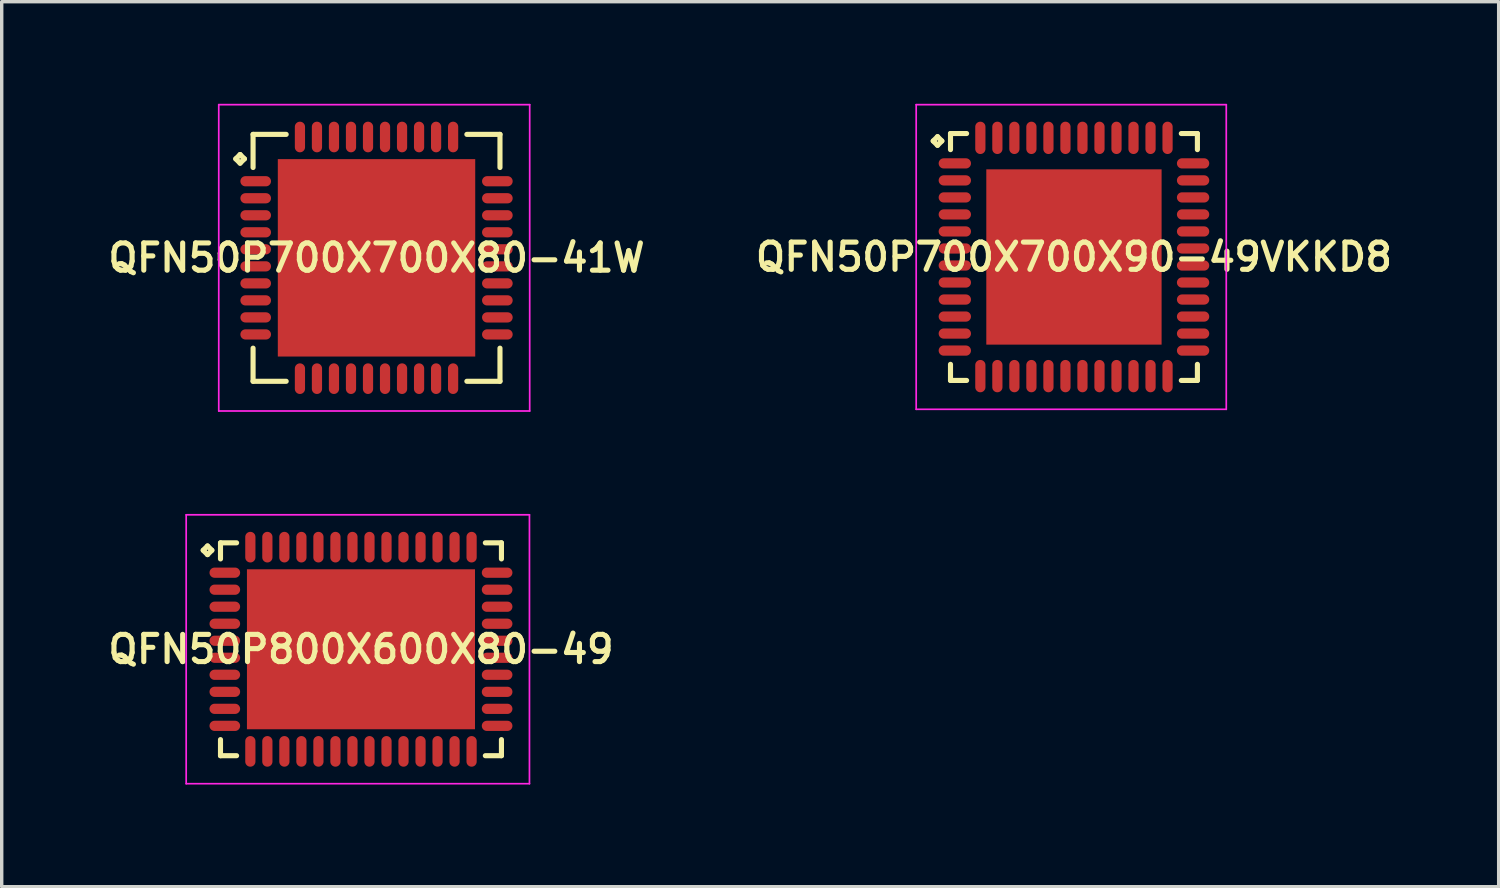
<source format=kicad_pcb>
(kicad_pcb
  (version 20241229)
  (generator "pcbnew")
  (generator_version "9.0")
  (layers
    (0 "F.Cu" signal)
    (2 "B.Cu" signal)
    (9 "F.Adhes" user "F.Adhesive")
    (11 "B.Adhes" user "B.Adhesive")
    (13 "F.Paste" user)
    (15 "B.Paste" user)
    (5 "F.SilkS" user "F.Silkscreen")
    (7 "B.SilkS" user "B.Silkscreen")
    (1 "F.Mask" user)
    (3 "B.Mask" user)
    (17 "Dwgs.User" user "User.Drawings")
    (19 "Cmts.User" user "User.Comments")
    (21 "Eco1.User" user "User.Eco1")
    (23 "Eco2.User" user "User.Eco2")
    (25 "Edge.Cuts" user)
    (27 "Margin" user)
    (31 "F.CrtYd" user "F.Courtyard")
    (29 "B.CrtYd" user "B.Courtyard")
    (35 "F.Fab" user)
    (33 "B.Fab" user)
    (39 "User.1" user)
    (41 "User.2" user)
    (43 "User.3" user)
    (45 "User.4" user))
  (footprint "QFN50P700X700X80-41W"
    (layer "F.Cu")
    (at 8.012 4.525)
    (property "Reference" "QFN50P700X700X80-41W" (at 0 0 0) (layer "F.SilkS") (effects (font (size 0.8 0.8) (thickness 0.15))))
    (attr smd)
    (fp_line (start -4.135 -2.908) (end -4.008 -3.035) (stroke (width 0.15) (type solid)) (layer "F.SilkS"))
    (fp_line (start -4.008 -3.035) (end -3.881 -2.908) (stroke (width 0.15) (type solid)) (layer "F.SilkS"))
    (fp_line (start -4.008 -2.781) (end -4.135 -2.908) (stroke (width 0.15) (type solid)) (layer "F.SilkS"))
    (fp_line (start -3.881 -2.908) (end -4.008 -2.781) (stroke (width 0.15) (type solid)) (layer "F.SilkS"))
    (fp_line (start -3.627 -3.627) (end -2.654 -3.627) (stroke (width 0.15) (type solid)) (layer "F.SilkS"))
    (fp_line (start -3.627 -2.654) (end -3.627 -3.627) (stroke (width 0.15) (type solid)) (layer "F.SilkS"))
    (fp_line (start -3.627 2.654) (end -3.627 3.627) (stroke (width 0.15) (type solid)) (layer "F.SilkS"))
    (fp_line (start -3.627 3.627) (end -2.654 3.627) (stroke (width 0.15) (type solid)) (layer "F.SilkS"))
    (fp_line (start 2.654 -3.627) (end 3.627 -3.627) (stroke (width 0.15) (type solid)) (layer "F.SilkS"))
    (fp_line (start 2.654 3.627) (end 3.627 3.627) (stroke (width 0.15) (type solid)) (layer "F.SilkS"))
    (fp_line (start 3.627 -3.627) (end 3.627 -2.654) (stroke (width 0.15) (type solid)) (layer "F.SilkS"))
    (fp_line (start 3.627 3.627) (end 3.627 2.654) (stroke (width 0.15) (type solid)) (layer "F.SilkS"))
    (fp_line (start -4.635 -4.5) (end 4.5 -4.5) (stroke (width 0.05) (type solid)) (layer "F.CrtYd"))
    (fp_line (start -4.635 4.5) (end -4.635 -4.5) (stroke (width 0.05) (type solid)) (layer "F.CrtYd"))
    (fp_line (start 4.5 -4.5) (end 4.5 4.5) (stroke (width 0.05) (type solid)) (layer "F.CrtYd"))
    (fp_line (start 4.5 4.5) (end -4.635 4.5) (stroke (width 0.05) (type solid)) (layer "F.CrtYd"))
    (pad "1" smd oval (at -3.55 -2.25) (size 0.9 0.3) (layers "F.Cu" "F.Mask" "F.Paste"))
    (pad "2" smd oval (at -3.55 -1.75) (size 0.9 0.3) (layers "F.Cu" "F.Mask" "F.Paste"))
    (pad "3" smd oval (at -3.55 -1.25) (size 0.9 0.3) (layers "F.Cu" "F.Mask" "F.Paste"))
    (pad "4" smd oval (at -3.55 -0.75) (size 0.9 0.3) (layers "F.Cu" "F.Mask" "F.Paste"))
    (pad "5" smd oval (at -3.55 -0.25) (size 0.9 0.3) (layers "F.Cu" "F.Mask" "F.Paste"))
    (pad "6" smd oval (at -3.55 0.25) (size 0.9 0.3) (layers "F.Cu" "F.Mask" "F.Paste"))
    (pad "7" smd oval (at -3.55 0.75) (size 0.9 0.3) (layers "F.Cu" "F.Mask" "F.Paste"))
    (pad "8" smd oval (at -3.55 1.25) (size 0.9 0.3) (layers "F.Cu" "F.Mask" "F.Paste"))
    (pad "9" smd oval (at -3.55 1.75) (size 0.9 0.3) (layers "F.Cu" "F.Mask" "F.Paste"))
    (pad "10" smd oval (at -3.55 2.25) (size 0.9 0.3) (layers "F.Cu" "F.Mask" "F.Paste"))
    (pad "11" smd oval (at -2.25 3.55) (size 0.3 0.9) (layers "F.Cu" "F.Mask" "F.Paste"))
    (pad "12" smd oval (at -1.75 3.55) (size 0.3 0.9) (layers "F.Cu" "F.Mask" "F.Paste"))
    (pad "13" smd oval (at -1.25 3.55) (size 0.3 0.9) (layers "F.Cu" "F.Mask" "F.Paste"))
    (pad "14" smd oval (at -0.75 3.55) (size 0.3 0.9) (layers "F.Cu" "F.Mask" "F.Paste"))
    (pad "15" smd oval (at -0.25 3.55) (size 0.3 0.9) (layers "F.Cu" "F.Mask" "F.Paste"))
    (pad "16" smd oval (at 0.25 3.55) (size 0.3 0.9) (layers "F.Cu" "F.Mask" "F.Paste"))
    (pad "17" smd oval (at 0.75 3.55) (size 0.3 0.9) (layers "F.Cu" "F.Mask" "F.Paste"))
    (pad "18" smd oval (at 1.25 3.55) (size 0.3 0.9) (layers "F.Cu" "F.Mask" "F.Paste"))
    (pad "19" smd oval (at 1.75 3.55) (size 0.3 0.9) (layers "F.Cu" "F.Mask" "F.Paste"))
    (pad "20" smd oval (at 2.25 3.55) (size 0.3 0.9) (layers "F.Cu" "F.Mask" "F.Paste"))
    (pad "21" smd oval (at 3.55 2.25) (size 0.9 0.3) (layers "F.Cu" "F.Mask" "F.Paste"))
    (pad "22" smd oval (at 3.55 1.75) (size 0.9 0.3) (layers "F.Cu" "F.Mask" "F.Paste"))
    (pad "23" smd oval (at 3.55 1.25) (size 0.9 0.3) (layers "F.Cu" "F.Mask" "F.Paste"))
    (pad "24" smd oval (at 3.55 0.75) (size 0.9 0.3) (layers "F.Cu" "F.Mask" "F.Paste"))
    (pad "25" smd oval (at 3.55 0.25) (size 0.9 0.3) (layers "F.Cu" "F.Mask" "F.Paste"))
    (pad "26" smd oval (at 3.55 -0.25) (size 0.9 0.3) (layers "F.Cu" "F.Mask" "F.Paste"))
    (pad "27" smd oval (at 3.55 -0.75) (size 0.9 0.3) (layers "F.Cu" "F.Mask" "F.Paste"))
    (pad "28" smd oval (at 3.55 -1.25) (size 0.9 0.3) (layers "F.Cu" "F.Mask" "F.Paste"))
    (pad "29" smd oval (at 3.55 -1.75) (size 0.9 0.3) (layers "F.Cu" "F.Mask" "F.Paste"))
    (pad "30" smd oval (at 3.55 -2.25) (size 0.9 0.3) (layers "F.Cu" "F.Mask" "F.Paste"))
    (pad "31" smd oval (at 2.25 -3.55) (size 0.3 0.9) (layers "F.Cu" "F.Mask" "F.Paste"))
    (pad "32" smd oval (at 1.75 -3.55) (size 0.3 0.9) (layers "F.Cu" "F.Mask" "F.Paste"))
    (pad "33" smd oval (at 1.25 -3.55) (size 0.3 0.9) (layers "F.Cu" "F.Mask" "F.Paste"))
    (pad "34" smd oval (at 0.75 -3.55) (size 0.3 0.9) (layers "F.Cu" "F.Mask" "F.Paste"))
    (pad "35" smd oval (at 0.25 -3.55) (size 0.3 0.9) (layers "F.Cu" "F.Mask" "F.Paste"))
    (pad "36" smd oval (at -0.25 -3.55) (size 0.3 0.9) (layers "F.Cu" "F.Mask" "F.Paste"))
    (pad "37" smd oval (at -0.75 -3.55) (size 0.3 0.9) (layers "F.Cu" "F.Mask" "F.Paste"))
    (pad "38" smd oval (at -1.25 -3.55) (size 0.3 0.9) (layers "F.Cu" "F.Mask" "F.Paste"))
    (pad "39" smd oval (at -1.75 -3.55) (size 0.3 0.9) (layers "F.Cu" "F.Mask" "F.Paste"))
    (pad "40" smd oval (at -2.25 -3.55) (size 0.3 0.9) (layers "F.Cu" "F.Mask" "F.Paste"))
    (pad "41" smd rect (at 0 0) (size 5.8 5.8) (layers "F.Cu" "F.Mask" "F.Paste")))
  (footprint "QFN50P700X700X90-49VKKD8"
    (layer "F.Cu")
    (at 28.502 4.5)
    (property "Reference" "QFN50P700X700X90-49VKKD8" (at 0 0 0) (layer "F.SilkS") (effects (font (size 0.8 0.8) (thickness 0.15))))
    (attr smd)
    (fp_line (start -4.135 -3.408) (end -4.008 -3.535) (stroke (width 0.15) (type solid)) (layer "F.SilkS"))
    (fp_line (start -4.008 -3.535) (end -3.881 -3.408) (stroke (width 0.15) (type solid)) (layer "F.SilkS"))
    (fp_line (start -4.008 -3.281) (end -4.135 -3.408) (stroke (width 0.15) (type solid)) (layer "F.SilkS"))
    (fp_line (start -3.881 -3.408) (end -4.008 -3.281) (stroke (width 0.15) (type solid)) (layer "F.SilkS"))
    (fp_line (start -3.627 -3.627) (end -3.154 -3.627) (stroke (width 0.15) (type solid)) (layer "F.SilkS"))
    (fp_line (start -3.627 -3.154) (end -3.627 -3.627) (stroke (width 0.15) (type solid)) (layer "F.SilkS"))
    (fp_line (start -3.627 3.154) (end -3.627 3.627) (stroke (width 0.15) (type solid)) (layer "F.SilkS"))
    (fp_line (start -3.627 3.627) (end -3.154 3.627) (stroke (width 0.15) (type solid)) (layer "F.SilkS"))
    (fp_line (start 3.154 -3.627) (end 3.627 -3.627) (stroke (width 0.15) (type solid)) (layer "F.SilkS"))
    (fp_line (start 3.154 3.627) (end 3.627 3.627) (stroke (width 0.15) (type solid)) (layer "F.SilkS"))
    (fp_line (start 3.627 -3.627) (end 3.627 -3.154) (stroke (width 0.15) (type solid)) (layer "F.SilkS"))
    (fp_line (start 3.627 3.627) (end 3.627 3.154) (stroke (width 0.15) (type solid)) (layer "F.SilkS"))
    (fp_line (start -4.635 -4.475) (end 4.475 -4.475) (stroke (width 0.05) (type solid)) (layer "F.CrtYd"))
    (fp_line (start -4.635 4.475) (end -4.635 -4.475) (stroke (width 0.05) (type solid)) (layer "F.CrtYd"))
    (fp_line (start 4.475 -4.475) (end 4.475 4.475) (stroke (width 0.05) (type solid)) (layer "F.CrtYd"))
    (fp_line (start 4.475 4.475) (end -4.635 4.475) (stroke (width 0.05) (type solid)) (layer "F.CrtYd"))
    (pad "1" smd oval (at -3.5 -2.75) (size 0.95 0.3) (layers "F.Cu" "F.Mask" "F.Paste"))
    (pad "2" smd oval (at -3.5 -2.25) (size 0.95 0.3) (layers "F.Cu" "F.Mask" "F.Paste"))
    (pad "3" smd oval (at -3.5 -1.75) (size 0.95 0.3) (layers "F.Cu" "F.Mask" "F.Paste"))
    (pad "4" smd oval (at -3.5 -1.25) (size 0.95 0.3) (layers "F.Cu" "F.Mask" "F.Paste"))
    (pad "5" smd oval (at -3.5 -0.75) (size 0.95 0.3) (layers "F.Cu" "F.Mask" "F.Paste"))
    (pad "6" smd oval (at -3.5 -0.25) (size 0.95 0.3) (layers "F.Cu" "F.Mask" "F.Paste"))
    (pad "7" smd oval (at -3.5 0.25) (size 0.95 0.3) (layers "F.Cu" "F.Mask" "F.Paste"))
    (pad "8" smd oval (at -3.5 0.75) (size 0.95 0.3) (layers "F.Cu" "F.Mask" "F.Paste"))
    (pad "9" smd oval (at -3.5 1.25) (size 0.95 0.3) (layers "F.Cu" "F.Mask" "F.Paste"))
    (pad "10" smd oval (at -3.5 1.75) (size 0.95 0.3) (layers "F.Cu" "F.Mask" "F.Paste"))
    (pad "11" smd oval (at -3.5 2.25) (size 0.95 0.3) (layers "F.Cu" "F.Mask" "F.Paste"))
    (pad "12" smd oval (at -3.5 2.75) (size 0.95 0.3) (layers "F.Cu" "F.Mask" "F.Paste"))
    (pad "13" smd oval (at -2.75 3.5) (size 0.3 0.95) (layers "F.Cu" "F.Mask" "F.Paste"))
    (pad "14" smd oval (at -2.25 3.5) (size 0.3 0.95) (layers "F.Cu" "F.Mask" "F.Paste"))
    (pad "15" smd oval (at -1.75 3.5) (size 0.3 0.95) (layers "F.Cu" "F.Mask" "F.Paste"))
    (pad "16" smd oval (at -1.25 3.5) (size 0.3 0.95) (layers "F.Cu" "F.Mask" "F.Paste"))
    (pad "17" smd oval (at -0.75 3.5) (size 0.3 0.95) (layers "F.Cu" "F.Mask" "F.Paste"))
    (pad "18" smd oval (at -0.25 3.5) (size 0.3 0.95) (layers "F.Cu" "F.Mask" "F.Paste"))
    (pad "19" smd oval (at 0.25 3.5) (size 0.3 0.95) (layers "F.Cu" "F.Mask" "F.Paste"))
    (pad "20" smd oval (at 0.75 3.5) (size 0.3 0.95) (layers "F.Cu" "F.Mask" "F.Paste"))
    (pad "21" smd oval (at 1.25 3.5) (size 0.3 0.95) (layers "F.Cu" "F.Mask" "F.Paste"))
    (pad "22" smd oval (at 1.75 3.5) (size 0.3 0.95) (layers "F.Cu" "F.Mask" "F.Paste"))
    (pad "23" smd oval (at 2.25 3.5) (size 0.3 0.95) (layers "F.Cu" "F.Mask" "F.Paste"))
    (pad "24" smd oval (at 2.75 3.5) (size 0.3 0.95) (layers "F.Cu" "F.Mask" "F.Paste"))
    (pad "25" smd oval (at 3.5 2.75) (size 0.95 0.3) (layers "F.Cu" "F.Mask" "F.Paste"))
    (pad "26" smd oval (at 3.5 2.25) (size 0.95 0.3) (layers "F.Cu" "F.Mask" "F.Paste"))
    (pad "27" smd oval (at 3.5 1.75) (size 0.95 0.3) (layers "F.Cu" "F.Mask" "F.Paste"))
    (pad "28" smd oval (at 3.5 1.25) (size 0.95 0.3) (layers "F.Cu" "F.Mask" "F.Paste"))
    (pad "29" smd oval (at 3.5 0.75) (size 0.95 0.3) (layers "F.Cu" "F.Mask" "F.Paste"))
    (pad "30" smd oval (at 3.5 0.25) (size 0.95 0.3) (layers "F.Cu" "F.Mask" "F.Paste"))
    (pad "31" smd oval (at 3.5 -0.25) (size 0.95 0.3) (layers "F.Cu" "F.Mask" "F.Paste"))
    (pad "32" smd oval (at 3.5 -0.75) (size 0.95 0.3) (layers "F.Cu" "F.Mask" "F.Paste"))
    (pad "33" smd oval (at 3.5 -1.25) (size 0.95 0.3) (layers "F.Cu" "F.Mask" "F.Paste"))
    (pad "34" smd oval (at 3.5 -1.75) (size 0.95 0.3) (layers "F.Cu" "F.Mask" "F.Paste"))
    (pad "35" smd oval (at 3.5 -2.25) (size 0.95 0.3) (layers "F.Cu" "F.Mask" "F.Paste"))
    (pad "36" smd oval (at 3.5 -2.75) (size 0.95 0.3) (layers "F.Cu" "F.Mask" "F.Paste"))
    (pad "37" smd oval (at 2.75 -3.5) (size 0.3 0.95) (layers "F.Cu" "F.Mask" "F.Paste"))
    (pad "38" smd oval (at 2.25 -3.5) (size 0.3 0.95) (layers "F.Cu" "F.Mask" "F.Paste"))
    (pad "39" smd oval (at 1.75 -3.5) (size 0.3 0.95) (layers "F.Cu" "F.Mask" "F.Paste"))
    (pad "40" smd oval (at 1.25 -3.5) (size 0.3 0.95) (layers "F.Cu" "F.Mask" "F.Paste"))
    (pad "41" smd oval (at 0.75 -3.5) (size 0.3 0.95) (layers "F.Cu" "F.Mask" "F.Paste"))
    (pad "42" smd oval (at 0.25 -3.5) (size 0.3 0.95) (layers "F.Cu" "F.Mask" "F.Paste"))
    (pad "43" smd oval (at -0.25 -3.5) (size 0.3 0.95) (layers "F.Cu" "F.Mask" "F.Paste"))
    (pad "44" smd oval (at -0.75 -3.5) (size 0.3 0.95) (layers "F.Cu" "F.Mask" "F.Paste"))
    (pad "45" smd oval (at -1.25 -3.5) (size 0.3 0.95) (layers "F.Cu" "F.Mask" "F.Paste"))
    (pad "46" smd oval (at -1.75 -3.5) (size 0.3 0.95) (layers "F.Cu" "F.Mask" "F.Paste"))
    (pad "47" smd oval (at -2.25 -3.5) (size 0.3 0.95) (layers "F.Cu" "F.Mask" "F.Paste"))
    (pad "48" smd oval (at -2.75 -3.5) (size 0.3 0.95) (layers "F.Cu" "F.Mask" "F.Paste"))
    (pad "49" smd rect (at 0 0) (size 5.15 5.15) (layers "F.Cu" "F.Mask" "F.Paste")))
  (footprint "QFN50P800X600X80-49"
    (layer "F.Cu")
    (at 7.555 16.025)
    (property "Reference" "QFN50P800X600X80-49" (at 0 0 0) (layer "F.SilkS") (effects (font (size 0.8 0.8) (thickness 0.15))))
    (attr smd)
    (fp_line (start -4.635 -2.908) (end -4.508 -3.035) (stroke (width 0.15) (type solid)) (layer "F.SilkS"))
    (fp_line (start -4.508 -3.035) (end -4.381 -2.908) (stroke (width 0.15) (type solid)) (layer "F.SilkS"))
    (fp_line (start -4.508 -2.781) (end -4.635 -2.908) (stroke (width 0.15) (type solid)) (layer "F.SilkS"))
    (fp_line (start -4.381 -2.908) (end -4.508 -2.781) (stroke (width 0.15) (type solid)) (layer "F.SilkS"))
    (fp_line (start -4.127 -3.127) (end -3.654 -3.127) (stroke (width 0.15) (type solid)) (layer "F.SilkS"))
    (fp_line (start -4.127 -2.654) (end -4.127 -3.127) (stroke (width 0.15) (type solid)) (layer "F.SilkS"))
    (fp_line (start -4.127 2.654) (end -4.127 3.127) (stroke (width 0.15) (type solid)) (layer "F.SilkS"))
    (fp_line (start -4.127 3.127) (end -3.654 3.127) (stroke (width 0.15) (type solid)) (layer "F.SilkS"))
    (fp_line (start 3.654 -3.127) (end 4.127 -3.127) (stroke (width 0.15) (type solid)) (layer "F.SilkS"))
    (fp_line (start 3.654 3.127) (end 4.127 3.127) (stroke (width 0.15) (type solid)) (layer "F.SilkS"))
    (fp_line (start 4.127 -3.127) (end 4.127 -2.654) (stroke (width 0.15) (type solid)) (layer "F.SilkS"))
    (fp_line (start 4.127 3.127) (end 4.127 2.654) (stroke (width 0.15) (type solid)) (layer "F.SilkS"))
    (fp_line (start -5.135 -3.95) (end 4.95 -3.95) (stroke (width 0.05) (type solid)) (layer "F.CrtYd"))
    (fp_line (start -5.135 3.95) (end -5.135 -3.95) (stroke (width 0.05) (type solid)) (layer "F.CrtYd"))
    (fp_line (start 4.95 -3.95) (end 4.95 3.95) (stroke (width 0.05) (type solid)) (layer "F.CrtYd"))
    (fp_line (start 4.95 3.95) (end -5.135 3.95) (stroke (width 0.05) (type solid)) (layer "F.CrtYd"))
    (pad "1" smd oval (at -4 -2.25) (size 0.9 0.3) (layers "F.Cu" "F.Mask" "F.Paste"))
    (pad "2" smd oval (at -4 -1.75) (size 0.9 0.3) (layers "F.Cu" "F.Mask" "F.Paste"))
    (pad "3" smd oval (at -4 -1.25) (size 0.9 0.3) (layers "F.Cu" "F.Mask" "F.Paste"))
    (pad "4" smd oval (at -4 -0.75) (size 0.9 0.3) (layers "F.Cu" "F.Mask" "F.Paste"))
    (pad "5" smd oval (at -4 -0.25) (size 0.9 0.3) (layers "F.Cu" "F.Mask" "F.Paste"))
    (pad "6" smd oval (at -4 0.25) (size 0.9 0.3) (layers "F.Cu" "F.Mask" "F.Paste"))
    (pad "7" smd oval (at -4 0.75) (size 0.9 0.3) (layers "F.Cu" "F.Mask" "F.Paste"))
    (pad "8" smd oval (at -4 1.25) (size 0.9 0.3) (layers "F.Cu" "F.Mask" "F.Paste"))
    (pad "9" smd oval (at -4 1.75) (size 0.9 0.3) (layers "F.Cu" "F.Mask" "F.Paste"))
    (pad "10" smd oval (at -4 2.25) (size 0.9 0.3) (layers "F.Cu" "F.Mask" "F.Paste"))
    (pad "11" smd oval (at -3.25 3) (size 0.3 0.9) (layers "F.Cu" "F.Mask" "F.Paste"))
    (pad "12" smd oval (at -2.75 3) (size 0.3 0.9) (layers "F.Cu" "F.Mask" "F.Paste"))
    (pad "13" smd oval (at -2.25 3) (size 0.3 0.9) (layers "F.Cu" "F.Mask" "F.Paste"))
    (pad "14" smd oval (at -1.75 3) (size 0.3 0.9) (layers "F.Cu" "F.Mask" "F.Paste"))
    (pad "15" smd oval (at -1.25 3) (size 0.3 0.9) (layers "F.Cu" "F.Mask" "F.Paste"))
    (pad "16" smd oval (at -0.75 3) (size 0.3 0.9) (layers "F.Cu" "F.Mask" "F.Paste"))
    (pad "17" smd oval (at -0.25 3) (size 0.3 0.9) (layers "F.Cu" "F.Mask" "F.Paste"))
    (pad "18" smd oval (at 0.25 3) (size 0.3 0.9) (layers "F.Cu" "F.Mask" "F.Paste"))
    (pad "19" smd oval (at 0.75 3) (size 0.3 0.9) (layers "F.Cu" "F.Mask" "F.Paste"))
    (pad "20" smd oval (at 1.25 3) (size 0.3 0.9) (layers "F.Cu" "F.Mask" "F.Paste"))
    (pad "21" smd oval (at 1.75 3) (size 0.3 0.9) (layers "F.Cu" "F.Mask" "F.Paste"))
    (pad "22" smd oval (at 2.25 3) (size 0.3 0.9) (layers "F.Cu" "F.Mask" "F.Paste"))
    (pad "23" smd oval (at 2.75 3) (size 0.3 0.9) (layers "F.Cu" "F.Mask" "F.Paste"))
    (pad "24" smd oval (at 3.25 3) (size 0.3 0.9) (layers "F.Cu" "F.Mask" "F.Paste"))
    (pad "25" smd oval (at 4 2.25) (size 0.9 0.3) (layers "F.Cu" "F.Mask" "F.Paste"))
    (pad "26" smd oval (at 4 1.75) (size 0.9 0.3) (layers "F.Cu" "F.Mask" "F.Paste"))
    (pad "27" smd oval (at 4 1.25) (size 0.9 0.3) (layers "F.Cu" "F.Mask" "F.Paste"))
    (pad "28" smd oval (at 4 0.75) (size 0.9 0.3) (layers "F.Cu" "F.Mask" "F.Paste"))
    (pad "29" smd oval (at 4 0.25) (size 0.9 0.3) (layers "F.Cu" "F.Mask" "F.Paste"))
    (pad "30" smd oval (at 4 -0.25) (size 0.9 0.3) (layers "F.Cu" "F.Mask" "F.Paste"))
    (pad "31" smd oval (at 4 -0.75) (size 0.9 0.3) (layers "F.Cu" "F.Mask" "F.Paste"))
    (pad "32" smd oval (at 4 -1.25) (size 0.9 0.3) (layers "F.Cu" "F.Mask" "F.Paste"))
    (pad "33" smd oval (at 4 -1.75) (size 0.9 0.3) (layers "F.Cu" "F.Mask" "F.Paste"))
    (pad "34" smd oval (at 4 -2.25) (size 0.9 0.3) (layers "F.Cu" "F.Mask" "F.Paste"))
    (pad "35" smd oval (at 3.25 -3) (size 0.3 0.9) (layers "F.Cu" "F.Mask" "F.Paste"))
    (pad "36" smd oval (at 2.75 -3) (size 0.3 0.9) (layers "F.Cu" "F.Mask" "F.Paste"))
    (pad "37" smd oval (at 2.25 -3) (size 0.3 0.9) (layers "F.Cu" "F.Mask" "F.Paste"))
    (pad "38" smd oval (at 1.75 -3) (size 0.3 0.9) (layers "F.Cu" "F.Mask" "F.Paste"))
    (pad "39" smd oval (at 1.25 -3) (size 0.3 0.9) (layers "F.Cu" "F.Mask" "F.Paste"))
    (pad "40" smd oval (at 0.75 -3) (size 0.3 0.9) (layers "F.Cu" "F.Mask" "F.Paste"))
    (pad "41" smd oval (at 0.25 -3) (size 0.3 0.9) (layers "F.Cu" "F.Mask" "F.Paste"))
    (pad "42" smd oval (at -0.25 -3) (size 0.3 0.9) (layers "F.Cu" "F.Mask" "F.Paste"))
    (pad "43" smd oval (at -0.75 -3) (size 0.3 0.9) (layers "F.Cu" "F.Mask" "F.Paste"))
    (pad "44" smd oval (at -1.25 -3) (size 0.3 0.9) (layers "F.Cu" "F.Mask" "F.Paste"))
    (pad "45" smd oval (at -1.75 -3) (size 0.3 0.9) (layers "F.Cu" "F.Mask" "F.Paste"))
    (pad "46" smd oval (at -2.25 -3) (size 0.3 0.9) (layers "F.Cu" "F.Mask" "F.Paste"))
    (pad "47" smd oval (at -2.75 -3) (size 0.3 0.9) (layers "F.Cu" "F.Mask" "F.Paste"))
    (pad "48" smd oval (at -3.25 -3) (size 0.3 0.9) (layers "F.Cu" "F.Mask" "F.Paste"))
    (pad "49" smd rect (at 0 0) (size 6.7 4.7) (layers "F.Cu" "F.Mask" "F.Paste")))
  (gr_rect
    (start -3 -3)
    (end 40.98 23)
    (stroke (width 0.1) (type default))
    (fill no)
    (layer "Edge.Cuts")))
</source>
